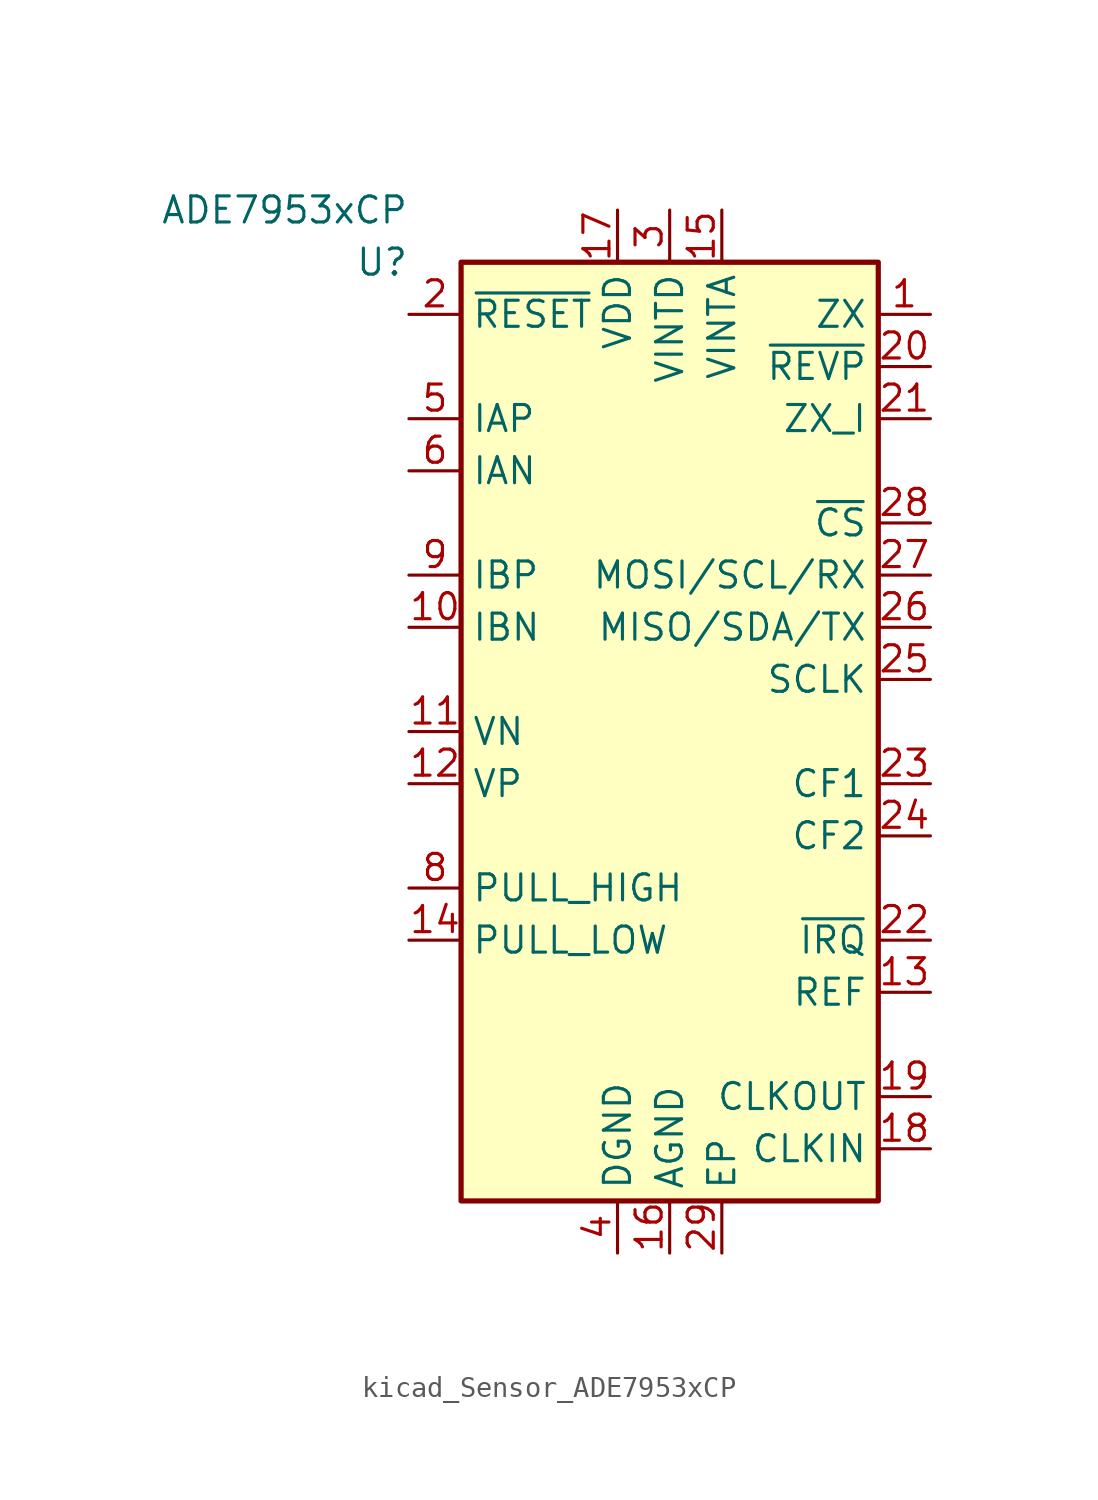
<source format=kicad_sym>
(kicad_symbol_lib
  (version 20220914)
  (generator kicad_symbol_editor)
  (symbol "kicad_Sensor_ADE7953xCP"
    (property "Reference" "U"
      (at -12.7 22.86 0)
      (effects (font (size 1.27 1.27)) (justify right)))
    (property "Value" "ADE7953xCP"
      (at -12.7 25.4 0)
      (effects (font (size 1.27 1.27)) (justify right)))
    (symbol "kicad_Sensor_ADE7953xCP_0_1"
      (rectangle (start 10.16 -22.86) (end -10.16 22.86) (stroke (width 0.254) (type default)) (fill (type background))))
    (symbol "kicad_Sensor_ADE7953xCP_1_1"
      (pin output line (at 12.7 20.32 180) (length 2.54) (name "ZX" (effects (font (size 1.27 1.27)))) (number "1" (effects (font (size 1.27 1.27)))))
      (pin input line (at -12.7 5.08 0) (length 2.54) (name "IBN" (effects (font (size 1.27 1.27)))) (number "10" (effects (font (size 1.27 1.27)))))
      (pin input line (at -12.7 0 0) (length 2.54) (name "VN" (effects (font (size 1.27 1.27)))) (number "11" (effects (font (size 1.27 1.27)))))
      (pin input line (at -12.7 -2.54 0) (length 2.54) (name "VP" (effects (font (size 1.27 1.27)))) (number "12" (effects (font (size 1.27 1.27)))))
      (pin input line (at 12.7 -12.7 180) (length 2.54) (name "REF" (effects (font (size 1.27 1.27)))) (number "13" (effects (font (size 1.27 1.27)))))
      (pin input line (at -12.7 -10.16 0) (length 2.54) (name "PULL_LOW" (effects (font (size 1.27 1.27)))) (number "14" (effects (font (size 1.27 1.27)))))
      (pin power_out line (at 2.54 25.4 270) (length 2.54) (name "VINTA" (effects (font (size 1.27 1.27)))) (number "15" (effects (font (size 1.27 1.27)))))
      (pin power_in line (at 0 -25.4 90) (length 2.54) (name "AGND" (effects (font (size 1.27 1.27)))) (number "16" (effects (font (size 1.27 1.27)))))
      (pin power_in line (at -2.54 25.4 270) (length 2.54) (name "VDD" (effects (font (size 1.27 1.27)))) (number "17" (effects (font (size 1.27 1.27)))))
      (pin input line (at 12.7 -20.32 180) (length 2.54) (name "CLKIN" (effects (font (size 1.27 1.27)))) (number "18" (effects (font (size 1.27 1.27)))))
      (pin output line (at 12.7 -17.78 180) (length 2.54) (name "CLKOUT" (effects (font (size 1.27 1.27)))) (number "19" (effects (font (size 1.27 1.27)))))
      (pin input line (at -12.7 20.32 0) (length 2.54) (name "~{RESET}" (effects (font (size 1.27 1.27)))) (number "2" (effects (font (size 1.27 1.27)))))
      (pin output line (at 12.7 17.78 180) (length 2.54) (name "~{REVP}" (effects (font (size 1.27 1.27)))) (number "20" (effects (font (size 1.27 1.27)))))
      (pin output line (at 12.7 15.24 180) (length 2.54) (name "ZX_I" (effects (font (size 1.27 1.27)))) (number "21" (effects (font (size 1.27 1.27)))))
      (pin open_collector line (at 12.7 -10.16 180) (length 2.54) (name "~{IRQ}" (effects (font (size 1.27 1.27)))) (number "22" (effects (font (size 1.27 1.27)))))
      (pin output line (at 12.7 -2.54 180) (length 2.54) (name "CF1" (effects (font (size 1.27 1.27)))) (number "23" (effects (font (size 1.27 1.27)))))
      (pin output line (at 12.7 -5.08 180) (length 2.54) (name "CF2" (effects (font (size 1.27 1.27)))) (number "24" (effects (font (size 1.27 1.27)))))
      (pin input line (at 12.7 2.54 180) (length 2.54) (name "SCLK" (effects (font (size 1.27 1.27)))) (number "25" (effects (font (size 1.27 1.27)))))
      (pin bidirectional line (at 12.7 5.08 180) (length 2.54) (name "MISO/SDA/TX" (effects (font (size 1.27 1.27)))) (number "26" (effects (font (size 1.27 1.27)))))
      (pin input line (at 12.7 7.62 180) (length 2.54) (name "MOSI/SCL/RX" (effects (font (size 1.27 1.27)))) (number "27" (effects (font (size 1.27 1.27)))))
      (pin input line (at 12.7 10.16 180) (length 2.54) (name "~{CS}" (effects (font (size 1.27 1.27)))) (number "28" (effects (font (size 1.27 1.27)))))
      (pin passive line (at 2.54 -25.4 90) (length 2.54) (name "EP" (effects (font (size 1.27 1.27)))) (number "29" (effects (font (size 1.27 1.27)))))
      (pin power_out line (at 0 25.4 270) (length 2.54) (name "VINTD" (effects (font (size 1.27 1.27)))) (number "3" (effects (font (size 1.27 1.27)))))
      (pin power_in line (at -2.54 -25.4 90) (length 2.54) (name "DGND" (effects (font (size 1.27 1.27)))) (number "4" (effects (font (size 1.27 1.27)))))
      (pin input line (at -12.7 15.24 0) (length 2.54) (name "IAP" (effects (font (size 1.27 1.27)))) (number "5" (effects (font (size 1.27 1.27)))))
      (pin input line (at -12.7 12.7 0) (length 2.54) (name "IAN" (effects (font (size 1.27 1.27)))) (number "6" (effects (font (size 1.27 1.27)))))
      (pin input line (at -12.7 -7.62 0) (length 2.54) hide (name "PULL_HIGH" (effects (font (size 1.27 1.27)))) (number "7" (effects (font (size 1.27 1.27)))))
      (pin input line (at -12.7 -7.62 0) (length 2.54) (name "PULL_HIGH" (effects (font (size 1.27 1.27)))) (number "8" (effects (font (size 1.27 1.27)))))
      (pin input line (at -12.7 7.62 0) (length 2.54) (name "IBP" (effects (font (size 1.27 1.27)))) (number "9" (effects (font (size 1.27 1.27))))))))
</source>
